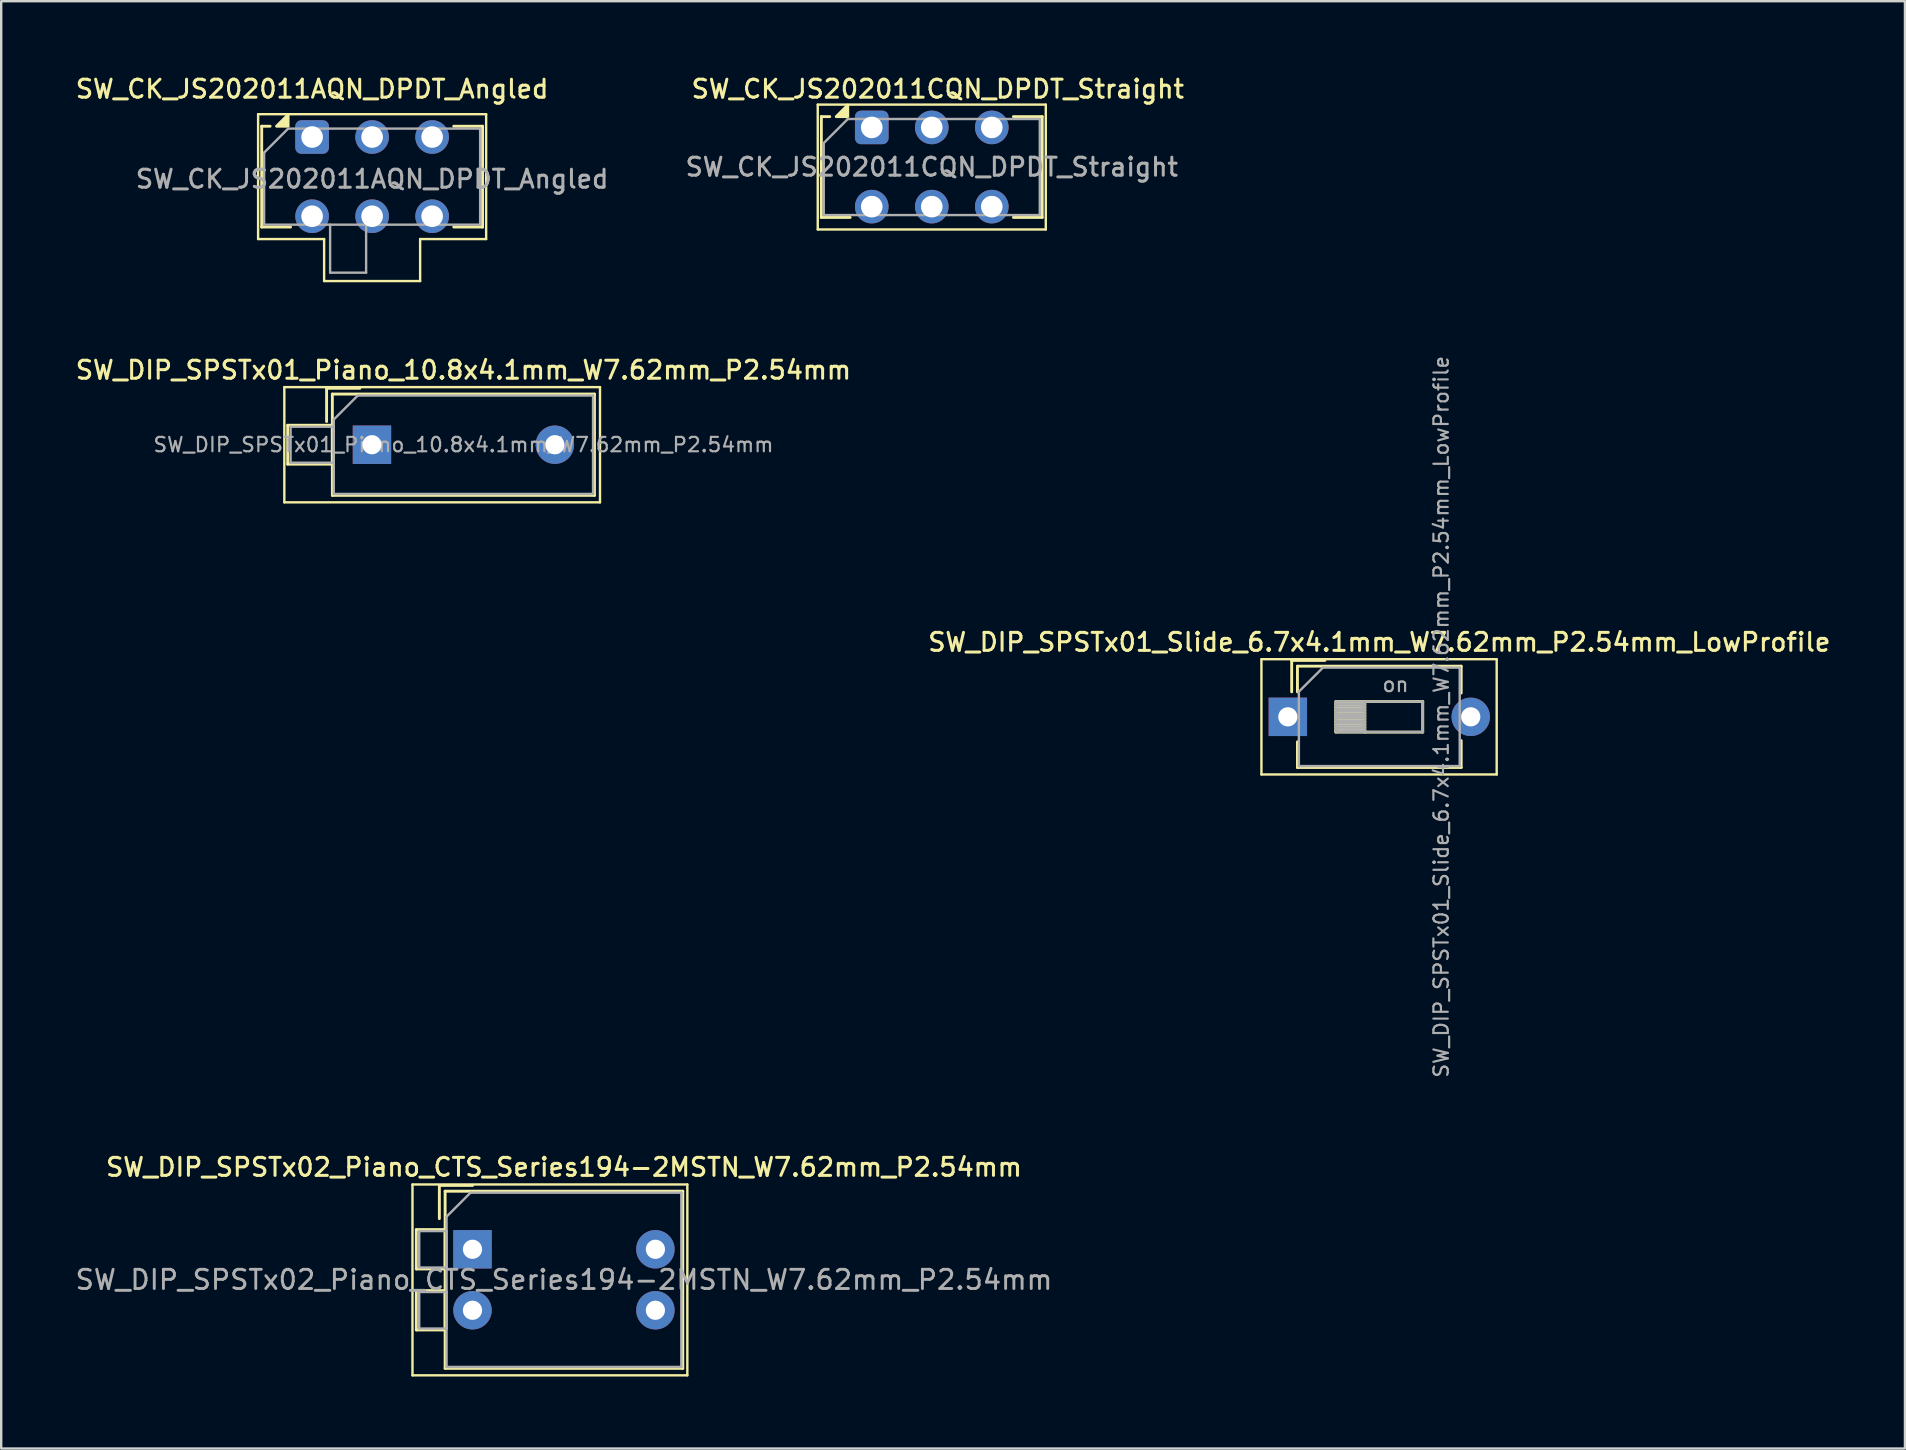
<source format=kicad_pcb>
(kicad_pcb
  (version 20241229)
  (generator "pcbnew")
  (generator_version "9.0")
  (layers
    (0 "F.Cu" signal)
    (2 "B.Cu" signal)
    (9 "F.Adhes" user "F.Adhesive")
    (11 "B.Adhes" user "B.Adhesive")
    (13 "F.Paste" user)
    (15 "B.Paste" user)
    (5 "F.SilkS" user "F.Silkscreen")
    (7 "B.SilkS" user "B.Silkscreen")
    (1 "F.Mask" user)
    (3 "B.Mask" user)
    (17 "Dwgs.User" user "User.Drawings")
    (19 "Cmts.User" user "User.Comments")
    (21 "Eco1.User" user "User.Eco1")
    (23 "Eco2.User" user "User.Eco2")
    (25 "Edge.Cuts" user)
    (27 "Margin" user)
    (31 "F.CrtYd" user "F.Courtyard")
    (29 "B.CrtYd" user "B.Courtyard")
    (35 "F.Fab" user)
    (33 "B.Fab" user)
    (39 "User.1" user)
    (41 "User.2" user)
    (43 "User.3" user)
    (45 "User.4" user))
  (footprint "SW_DIP_SPSTx02_Piano_CTS_Series194-2MSTN_W7.62mm_P2.54mm"
    (layer "F.Cu")
    (at 16.633 48.993)
    (property "Reference" "SW_DIP_SPSTx02_Piano_CTS_Series194-2MSTN_W7.62mm_P2.54mm" (at 3.81 -3.42 0) (layer "F.SilkS") (effects (font (size 0.75 0.75) (thickness 0.125))))
    (attr through_hole)
    (fp_line (start -2.5 -2.7) (end -2.5 5.25) (stroke (width 0.1) (type solid)) (layer "F.SilkS"))
    (fp_line (start -2.5 5.25) (end 8.95 5.25) (stroke (width 0.1) (type solid)) (layer "F.SilkS"))
    (fp_line (start -2.34 -0.82) (end -2.34 0.82) (stroke (width 0.12) (type solid)) (layer "F.SilkS"))
    (fp_line (start -2.34 -0.82) (end -1.14 -0.82) (stroke (width 0.12) (type solid)) (layer "F.SilkS"))
    (fp_line (start -2.34 0.82) (end -1.14 0.82) (stroke (width 0.12) (type solid)) (layer "F.SilkS"))
    (fp_line (start -2.34 1.72) (end -2.34 3.361) (stroke (width 0.12) (type solid)) (layer "F.SilkS"))
    (fp_line (start -2.34 1.72) (end -1.14 1.72) (stroke (width 0.12) (type solid)) (layer "F.SilkS"))
    (fp_line (start -2.34 3.361) (end -1.14 3.361) (stroke (width 0.12) (type solid)) (layer "F.SilkS"))
    (fp_line (start -1.38 -2.66) (end -1.38 -1.277) (stroke (width 0.12) (type solid)) (layer "F.SilkS"))
    (fp_line (start -1.38 -2.66) (end 0.004 -2.66) (stroke (width 0.12) (type solid)) (layer "F.SilkS"))
    (fp_line (start -1.14 -2.42) (end -1.14 4.96) (stroke (width 0.12) (type solid)) (layer "F.SilkS"))
    (fp_line (start -1.14 -2.42) (end 8.76 -2.42) (stroke (width 0.12) (type solid)) (layer "F.SilkS"))
    (fp_line (start -1.14 -0.82) (end -1.14 0.82) (stroke (width 0.12) (type solid)) (layer "F.SilkS"))
    (fp_line (start -1.14 1.72) (end -1.14 3.361) (stroke (width 0.12) (type solid)) (layer "F.SilkS"))
    (fp_line (start -1.14 4.96) (end 8.76 4.96) (stroke (width 0.12) (type solid)) (layer "F.SilkS"))
    (fp_line (start 8.76 -2.42) (end 8.76 4.96) (stroke (width 0.12) (type solid)) (layer "F.SilkS"))
    (fp_line (start 8.95 -2.7) (end -2.5 -2.7) (stroke (width 0.1) (type solid)) (layer "F.SilkS"))
    (fp_line (start 8.95 5.25) (end 8.95 -2.7) (stroke (width 0.1) (type solid)) (layer "F.SilkS"))
    (fp_line (start -2.22 -0.76) (end -1.08 -0.76) (stroke (width 0.1) (type solid)) (layer "F.Fab"))
    (fp_line (start -2.22 0.76) (end -2.22 -0.76) (stroke (width 0.1) (type solid)) (layer "F.Fab"))
    (fp_line (start -2.22 1.78) (end -1.08 1.78) (stroke (width 0.1) (type solid)) (layer "F.Fab"))
    (fp_line (start -2.22 3.3) (end -2.22 1.78) (stroke (width 0.1) (type solid)) (layer "F.Fab"))
    (fp_line (start -1.08 -1.36) (end -0.08 -2.36) (stroke (width 0.1) (type solid)) (layer "F.Fab"))
    (fp_line (start -1.08 -0.76) (end -1.08 0.76) (stroke (width 0.1) (type solid)) (layer "F.Fab"))
    (fp_line (start -1.08 0.76) (end -2.22 0.76) (stroke (width 0.1) (type solid)) (layer "F.Fab"))
    (fp_line (start -1.08 1.78) (end -1.08 3.3) (stroke (width 0.1) (type solid)) (layer "F.Fab"))
    (fp_line (start -1.08 3.3) (end -2.22 3.3) (stroke (width 0.1) (type solid)) (layer "F.Fab"))
    (fp_line (start -1.08 4.9) (end -1.08 -1.36) (stroke (width 0.1) (type solid)) (layer "F.Fab"))
    (fp_line (start -0.08 -2.36) (end 8.7 -2.36) (stroke (width 0.1) (type solid)) (layer "F.Fab"))
    (fp_line (start 8.7 -2.36) (end 8.7 4.9) (stroke (width 0.1) (type solid)) (layer "F.Fab"))
    (fp_line (start 8.7 4.9) (end -1.08 4.9) (stroke (width 0.1) (type solid)) (layer "F.Fab"))
    (fp_text user "${REFERENCE}" (at 3.81 1.27 0) (layer "F.Fab") (effects (font (size 0.8 0.8) (thickness 0.12))))
    (pad "1" thru_hole rect (at 0 0) (size 1.6 1.6) (drill 0.8) (layers "*.Cu" "*.Mask"))
    (pad "2" thru_hole oval (at 0 2.54) (size 1.6 1.6) (drill 0.8) (layers "*.Cu" "*.Mask"))
    (pad "3" thru_hole oval (at 7.62 2.54) (size 1.6 1.6) (drill 0.8) (layers "*.Cu" "*.Mask"))
    (pad "4" thru_hole oval (at 7.62 0) (size 1.6 1.6) (drill 0.8) (layers "*.Cu" "*.Mask")))
  (footprint "SW_DIP_SPSTx01_Piano_10.8x4.1mm_W7.62mm_P2.54mm"
    (layer "F.Cu")
    (at 12.445 15.476)
    (property "Reference" "SW_DIP_SPSTx01_Piano_10.8x4.1mm_W7.62mm_P2.54mm" (at 3.81 -3.11 0) (layer "F.SilkS") (effects (font (size 0.75 0.75) (thickness 0.125))))
    (attr through_hole)
    (fp_line (start -3.65 -2.4) (end -3.65 2.4) (stroke (width 0.1) (type solid)) (layer "F.SilkS"))
    (fp_line (start -3.65 2.4) (end 9.5 2.4) (stroke (width 0.1) (type solid)) (layer "F.SilkS"))
    (fp_line (start -3.51 -0.81) (end -3.51 0.81) (stroke (width 0.12) (type solid)) (layer "F.SilkS"))
    (fp_line (start -3.51 -0.81) (end -1.65 -0.81) (stroke (width 0.12) (type solid)) (layer "F.SilkS"))
    (fp_line (start -3.51 0.81) (end -1.65 0.81) (stroke (width 0.12) (type solid)) (layer "F.SilkS"))
    (fp_line (start -1.89 -2.35) (end -1.89 -0.967) (stroke (width 0.12) (type solid)) (layer "F.SilkS"))
    (fp_line (start -1.89 -2.35) (end -0.507 -2.35) (stroke (width 0.12) (type solid)) (layer "F.SilkS"))
    (fp_line (start -1.65 -2.11) (end -1.65 2.11) (stroke (width 0.12) (type solid)) (layer "F.SilkS"))
    (fp_line (start -1.65 -2.11) (end 9.27 -2.11) (stroke (width 0.12) (type solid)) (layer "F.SilkS"))
    (fp_line (start -1.65 -0.81) (end -1.65 0.81) (stroke (width 0.12) (type solid)) (layer "F.SilkS"))
    (fp_line (start -1.65 2.11) (end 9.27 2.11) (stroke (width 0.12) (type solid)) (layer "F.SilkS"))
    (fp_line (start 9.27 -2.11) (end 9.27 2.11) (stroke (width 0.12) (type solid)) (layer "F.SilkS"))
    (fp_line (start 9.5 -2.4) (end -3.65 -2.4) (stroke (width 0.1) (type solid)) (layer "F.SilkS"))
    (fp_line (start 9.5 2.4) (end 9.5 -2.4) (stroke (width 0.1) (type solid)) (layer "F.SilkS"))
    (fp_line (start -3.39 -0.75) (end -1.59 -0.75) (stroke (width 0.1) (type solid)) (layer "F.Fab"))
    (fp_line (start -3.39 0.75) (end -3.39 -0.75) (stroke (width 0.1) (type solid)) (layer "F.Fab"))
    (fp_line (start -1.59 -1.05) (end -0.59 -2.05) (stroke (width 0.1) (type solid)) (layer "F.Fab"))
    (fp_line (start -1.59 -0.75) (end -1.59 0.75) (stroke (width 0.1) (type solid)) (layer "F.Fab"))
    (fp_line (start -1.59 0.75) (end -3.39 0.75) (stroke (width 0.1) (type solid)) (layer "F.Fab"))
    (fp_line (start -1.59 2.05) (end -1.59 -1.05) (stroke (width 0.1) (type solid)) (layer "F.Fab"))
    (fp_line (start -0.59 -2.05) (end 9.21 -2.05) (stroke (width 0.1) (type solid)) (layer "F.Fab"))
    (fp_line (start 9.21 -2.05) (end 9.21 2.05) (stroke (width 0.1) (type solid)) (layer "F.Fab"))
    (fp_line (start 9.21 2.05) (end -1.59 2.05) (stroke (width 0.1) (type solid)) (layer "F.Fab"))
    (fp_text user "${REFERENCE}" (at 3.81 0 0) (layer "F.Fab") (effects (font (size 0.6 0.6) (thickness 0.09))))
    (pad "1" thru_hole rect (at 0 0) (size 1.6 1.6) (drill 0.8) (layers "*.Cu" "*.Mask"))
    (pad "2" thru_hole oval (at 7.62 0) (size 1.6 1.6) (drill 0.8) (layers "*.Cu" "*.Mask")))
  (footprint "SW_CK_JS202011AQN_DPDT_Angled"
    (layer "F.Cu")
    (at 9.952 2.658)
    (property "Reference" "SW_CK_JS202011AQN_DPDT_Angled" (at 0 -2 0) (layer "F.SilkS") (effects (font (size 0.75 0.75) (thickness 0.125))))
    (attr through_hole)
    (fp_line (start -2.25 -0.95) (end 7.25 -0.95) (stroke (width 0.1) (type solid)) (layer "F.SilkS"))
    (fp_line (start -2.25 4.25) (end -2.25 -0.95) (stroke (width 0.1) (type solid)) (layer "F.SilkS"))
    (fp_line (start -2.1 -0.45) (end -2.1 3.75) (stroke (width 0.12) (type solid)) (layer "F.SilkS"))
    (fp_line (start -2.1 3.75) (end -0.9 3.75) (stroke (width 0.12) (type solid)) (layer "F.SilkS"))
    (fp_line (start -1.75 -0.45) (end -2.1 -0.45) (stroke (width 0.12) (type solid)) (layer "F.SilkS"))
    (fp_line (start 0.5 4.25) (end -2.25 4.25) (stroke (width 0.1) (type solid)) (layer "F.SilkS"))
    (fp_line (start 0.5 4.25) (end 0.5 6) (stroke (width 0.1) (type solid)) (layer "F.SilkS"))
    (fp_line (start 4.5 6) (end 0.5 6) (stroke (width 0.1) (type solid)) (layer "F.SilkS"))
    (fp_line (start 4.5 6) (end 4.5 4.25) (stroke (width 0.1) (type solid)) (layer "F.SilkS"))
    (fp_line (start 5.9 -0.45) (end 7.1 -0.45) (stroke (width 0.12) (type solid)) (layer "F.SilkS"))
    (fp_line (start 7.1 -0.45) (end 7.1 3.75) (stroke (width 0.12) (type solid)) (layer "F.SilkS"))
    (fp_line (start 7.1 3.75) (end 5.9 3.75) (stroke (width 0.12) (type solid)) (layer "F.SilkS"))
    (fp_line (start 7.25 -0.95) (end 7.25 4.25) (stroke (width 0.1) (type solid)) (layer "F.SilkS"))
    (fp_line (start 7.25 4.25) (end 4.5 4.25) (stroke (width 0.1) (type solid)) (layer "F.SilkS"))
    (fp_poly (pts (xy -1 -0.45) (xy -1.48 -0.45) (xy -1 -0.93) (xy -1 -0.45)) (stroke (width 0.12) (type solid)) (fill yes) (layer "F.SilkS"))
    (fp_line (start -2 3.65) (end -2 0.65) (stroke (width 0.1) (type solid)) (layer "F.Fab"))
    (fp_line (start -1 -0.35) (end -2 0.65) (stroke (width 0.1) (type solid)) (layer "F.Fab"))
    (fp_line (start -1 -0.35) (end 7 -0.35) (stroke (width 0.1) (type solid)) (layer "F.Fab"))
    (fp_line (start 0.75 3.65) (end 0.75 5.65) (stroke (width 0.1) (type solid)) (layer "F.Fab"))
    (fp_line (start 0.75 5.65) (end 2.25 5.65) (stroke (width 0.1) (type solid)) (layer "F.Fab"))
    (fp_line (start 2.25 5.65) (end 2.25 3.65) (stroke (width 0.1) (type solid)) (layer "F.Fab"))
    (fp_line (start 7 -0.35) (end 7 3.65) (stroke (width 0.1) (type solid)) (layer "F.Fab"))
    (fp_line (start 7 3.65) (end -2 3.65) (stroke (width 0.1) (type solid)) (layer "F.Fab"))
    (fp_text user "${REFERENCE}" (at 2.5 1.75 0) (layer "F.Fab") (effects (font (size 0.75 0.75) (thickness 0.125))))
    (pad "1" thru_hole roundrect (at 0 0) (size 1.4 1.4) (drill 0.9) (layers "*.Cu" "*.Mask") (roundrect_rratio 0.179))
    (pad "2" thru_hole circle (at 2.5 0) (size 1.4 1.4) (drill 0.9) (layers "*.Cu" "*.Mask"))
    (pad "3" thru_hole circle (at 5 0) (size 1.4 1.4) (drill 0.9) (layers "*.Cu" "*.Mask"))
    (pad "4" thru_hole circle (at 5 3.3) (size 1.4 1.4) (drill 0.9) (layers "*.Cu" "*.Mask"))
    (pad "5" thru_hole circle (at 2.5 3.3) (size 1.4 1.4) (drill 0.9) (layers "*.Cu" "*.Mask"))
    (pad "6" thru_hole circle (at 0 3.3) (size 1.4 1.4) (drill 0.9) (layers "*.Cu" "*.Mask")))
  (footprint "SW_CK_JS202011CQN_DPDT_Straight"
    (layer "F.Cu")
    (at 33.266 2.258)
    (property "Reference" "SW_CK_JS202011CQN_DPDT_Straight" (at 2.75 -1.6 0) (layer "F.SilkS") (effects (font (size 0.75 0.75) (thickness 0.125))))
    (attr through_hole)
    (fp_line (start -2.25 -0.95) (end 7.25 -0.95) (stroke (width 0.1) (type solid)) (layer "F.SilkS"))
    (fp_line (start -2.25 4.25) (end -2.25 -0.95) (stroke (width 0.1) (type solid)) (layer "F.SilkS"))
    (fp_line (start -2.1 -0.45) (end -2.1 3.75) (stroke (width 0.12) (type solid)) (layer "F.SilkS"))
    (fp_line (start -2.1 3.75) (end -0.9 3.75) (stroke (width 0.12) (type solid)) (layer "F.SilkS"))
    (fp_line (start -1.75 -0.45) (end -2.1 -0.45) (stroke (width 0.12) (type solid)) (layer "F.SilkS"))
    (fp_line (start 5.9 -0.45) (end 7.1 -0.45) (stroke (width 0.12) (type solid)) (layer "F.SilkS"))
    (fp_line (start 7.1 -0.45) (end 7.1 3.75) (stroke (width 0.12) (type solid)) (layer "F.SilkS"))
    (fp_line (start 7.1 3.75) (end 5.9 3.75) (stroke (width 0.12) (type solid)) (layer "F.SilkS"))
    (fp_line (start 7.25 -0.95) (end 7.25 4.25) (stroke (width 0.1) (type solid)) (layer "F.SilkS"))
    (fp_line (start 7.25 4.25) (end -2.25 4.25) (stroke (width 0.1) (type solid)) (layer "F.SilkS"))
    (fp_poly (pts (xy -1 -0.45) (xy -1.48 -0.45) (xy -1 -0.93) (xy -1 -0.45)) (stroke (width 0.12) (type solid)) (fill yes) (layer "F.SilkS"))
    (fp_line (start -2 3.65) (end -2 0.65) (stroke (width 0.1) (type solid)) (layer "F.Fab"))
    (fp_line (start -1 -0.35) (end -2 0.65) (stroke (width 0.1) (type solid)) (layer "F.Fab"))
    (fp_line (start -1 -0.35) (end 7 -0.35) (stroke (width 0.1) (type solid)) (layer "F.Fab"))
    (fp_line (start 7 -0.35) (end 7 3.65) (stroke (width 0.1) (type solid)) (layer "F.Fab"))
    (fp_line (start 7 3.65) (end -2 3.65) (stroke (width 0.1) (type solid)) (layer "F.Fab"))
    (fp_text user "${REFERENCE}" (at 2.5 1.65 0) (layer "F.Fab") (effects (font (size 0.75 0.75) (thickness 0.125))))
    (pad "1" thru_hole roundrect (at 0 0) (size 1.4 1.4) (drill 0.9) (layers "*.Cu" "*.Mask") (roundrect_rratio 0.179))
    (pad "2" thru_hole circle (at 2.5 0) (size 1.4 1.4) (drill 0.9) (layers "*.Cu" "*.Mask"))
    (pad "3" thru_hole circle (at 5 0) (size 1.4 1.4) (drill 0.9) (layers "*.Cu" "*.Mask"))
    (pad "4" thru_hole circle (at 5 3.3) (size 1.4 1.4) (drill 0.9) (layers "*.Cu" "*.Mask"))
    (pad "5" thru_hole circle (at 2.5 3.3) (size 1.4 1.4) (drill 0.9) (layers "*.Cu" "*.Mask"))
    (pad "6" thru_hole circle (at 0 3.3) (size 1.4 1.4) (drill 0.9) (layers "*.Cu" "*.Mask")))
  (footprint "SW_DIP_SPSTx01_Slide_6.7x4.1mm_W7.62mm_P2.54mm_LowProfile"
    (layer "F.Cu")
    (at 50.599 26.812)
    (property "Reference" "SW_DIP_SPSTx01_Slide_6.7x4.1mm_W7.62mm_P2.54mm_LowProfile" (at 3.81 -3.11 0) (layer "F.SilkS") (effects (font (size 0.75 0.75) (thickness 0.125))))
    (attr through_hole)
    (fp_line (start -1.1 -2.4) (end -1.1 2.4) (stroke (width 0.1) (type solid)) (layer "F.SilkS"))
    (fp_line (start -1.1 2.4) (end 8.7 2.4) (stroke (width 0.1) (type solid)) (layer "F.SilkS"))
    (fp_line (start 0.16 -2.35) (end 0.16 -1.04) (stroke (width 0.12) (type solid)) (layer "F.SilkS"))
    (fp_line (start 0.16 -2.35) (end 1.543 -2.35) (stroke (width 0.12) (type solid)) (layer "F.SilkS"))
    (fp_line (start 0.4 -2.11) (end 0.4 -1.04) (stroke (width 0.12) (type solid)) (layer "F.SilkS"))
    (fp_line (start 0.4 -2.11) (end 7.221 -2.11) (stroke (width 0.12) (type solid)) (layer "F.SilkS"))
    (fp_line (start 0.4 1.04) (end 0.4 2.11) (stroke (width 0.12) (type solid)) (layer "F.SilkS"))
    (fp_line (start 0.4 2.11) (end 7.221 2.11) (stroke (width 0.12) (type solid)) (layer "F.SilkS"))
    (fp_line (start 2 -0.635) (end 2 0.635) (stroke (width 0.12) (type solid)) (layer "F.SilkS"))
    (fp_line (start 2 -0.515) (end 3.207 -0.515) (stroke (width 0.12) (type solid)) (layer "F.SilkS"))
    (fp_line (start 2 -0.395) (end 3.207 -0.395) (stroke (width 0.12) (type solid)) (layer "F.SilkS"))
    (fp_line (start 2 -0.275) (end 3.207 -0.275) (stroke (width 0.12) (type solid)) (layer "F.SilkS"))
    (fp_line (start 2 -0.155) (end 3.207 -0.155) (stroke (width 0.12) (type solid)) (layer "F.SilkS"))
    (fp_line (start 2 -0.035) (end 3.207 -0.035) (stroke (width 0.12) (type solid)) (layer "F.SilkS"))
    (fp_line (start 2 0.085) (end 3.207 0.085) (stroke (width 0.12) (type solid)) (layer "F.SilkS"))
    (fp_line (start 2 0.205) (end 3.207 0.205) (stroke (width 0.12) (type solid)) (layer "F.SilkS"))
    (fp_line (start 2 0.325) (end 3.207 0.325) (stroke (width 0.12) (type solid)) (layer "F.SilkS"))
    (fp_line (start 2 0.445) (end 3.207 0.445) (stroke (width 0.12) (type solid)) (layer "F.SilkS"))
    (fp_line (start 2 0.565) (end 3.207 0.565) (stroke (width 0.12) (type solid)) (layer "F.SilkS"))
    (fp_line (start 2 0.635) (end 5.62 0.635) (stroke (width 0.12) (type solid)) (layer "F.SilkS"))
    (fp_line (start 3.207 -0.635) (end 3.207 0.635) (stroke (width 0.12) (type solid)) (layer "F.SilkS"))
    (fp_line (start 5.62 -0.635) (end 2 -0.635) (stroke (width 0.12) (type solid)) (layer "F.SilkS"))
    (fp_line (start 5.62 0.635) (end 5.62 -0.635) (stroke (width 0.12) (type solid)) (layer "F.SilkS"))
    (fp_line (start 7.221 -2.11) (end 7.221 -0.99) (stroke (width 0.12) (type solid)) (layer "F.SilkS"))
    (fp_line (start 7.221 0.99) (end 7.221 2.11) (stroke (width 0.12) (type solid)) (layer "F.SilkS"))
    (fp_line (start 8.7 -2.4) (end -1.1 -2.4) (stroke (width 0.1) (type solid)) (layer "F.SilkS"))
    (fp_line (start 8.7 2.4) (end 8.7 -2.4) (stroke (width 0.1) (type solid)) (layer "F.SilkS"))
    (fp_line (start 0.46 -1.05) (end 1.46 -2.05) (stroke (width 0.1) (type solid)) (layer "F.Fab"))
    (fp_line (start 0.46 2.05) (end 0.46 -1.05) (stroke (width 0.1) (type solid)) (layer "F.Fab"))
    (fp_line (start 1.46 -2.05) (end 7.16 -2.05) (stroke (width 0.1) (type solid)) (layer "F.Fab"))
    (fp_line (start 2 -0.635) (end 2 0.635) (stroke (width 0.1) (type solid)) (layer "F.Fab"))
    (fp_line (start 2 -0.535) (end 3.207 -0.535) (stroke (width 0.1) (type solid)) (layer "F.Fab"))
    (fp_line (start 2 -0.435) (end 3.207 -0.435) (stroke (width 0.1) (type solid)) (layer "F.Fab"))
    (fp_line (start 2 -0.335) (end 3.207 -0.335) (stroke (width 0.1) (type solid)) (layer "F.Fab"))
    (fp_line (start 2 -0.235) (end 3.207 -0.235) (stroke (width 0.1) (type solid)) (layer "F.Fab"))
    (fp_line (start 2 -0.135) (end 3.207 -0.135) (stroke (width 0.1) (type solid)) (layer "F.Fab"))
    (fp_line (start 2 -0.035) (end 3.207 -0.035) (stroke (width 0.1) (type solid)) (layer "F.Fab"))
    (fp_line (start 2 0.065) (end 3.207 0.065) (stroke (width 0.1) (type solid)) (layer "F.Fab"))
    (fp_line (start 2 0.165) (end 3.207 0.165) (stroke (width 0.1) (type solid)) (layer "F.Fab"))
    (fp_line (start 2 0.265) (end 3.207 0.265) (stroke (width 0.1) (type solid)) (layer "F.Fab"))
    (fp_line (start 2 0.365) (end 3.207 0.365) (stroke (width 0.1) (type solid)) (layer "F.Fab"))
    (fp_line (start 2 0.465) (end 3.207 0.465) (stroke (width 0.1) (type solid)) (layer "F.Fab"))
    (fp_line (start 2 0.565) (end 3.207 0.565) (stroke (width 0.1) (type solid)) (layer "F.Fab"))
    (fp_line (start 2 0.635) (end 5.62 0.635) (stroke (width 0.1) (type solid)) (layer "F.Fab"))
    (fp_line (start 3.207 -0.635) (end 3.207 0.635) (stroke (width 0.1) (type solid)) (layer "F.Fab"))
    (fp_line (start 5.62 -0.635) (end 2 -0.635) (stroke (width 0.1) (type solid)) (layer "F.Fab"))
    (fp_line (start 5.62 0.635) (end 5.62 -0.635) (stroke (width 0.1) (type solid)) (layer "F.Fab"))
    (fp_line (start 7.16 -2.05) (end 7.16 2.05) (stroke (width 0.1) (type solid)) (layer "F.Fab"))
    (fp_line (start 7.16 2.05) (end 0.46 2.05) (stroke (width 0.1) (type solid)) (layer "F.Fab"))
    (fp_text user "${REFERENCE}" (at 6.39 0 90) (layer "F.Fab") (effects (font (size 0.6 0.6) (thickness 0.09))))
    (fp_text user "on" (at 4.485 -1.343 0) (layer "F.Fab") (effects (font (size 0.6 0.6) (thickness 0.09))))
    (pad "1" thru_hole rect (at 0 0) (size 1.6 1.6) (drill 0.8) (layers "*.Cu" "*.Mask"))
    (pad "2" thru_hole oval (at 7.62 0) (size 1.6 1.6) (drill 0.8) (layers "*.Cu" "*.Mask")))
  (gr_rect
    (start -3 -3)
    (end 76.307 57.293)
    (stroke (width 0.1) (type default))
    (fill no)
    (layer "Edge.Cuts")))
</source>
